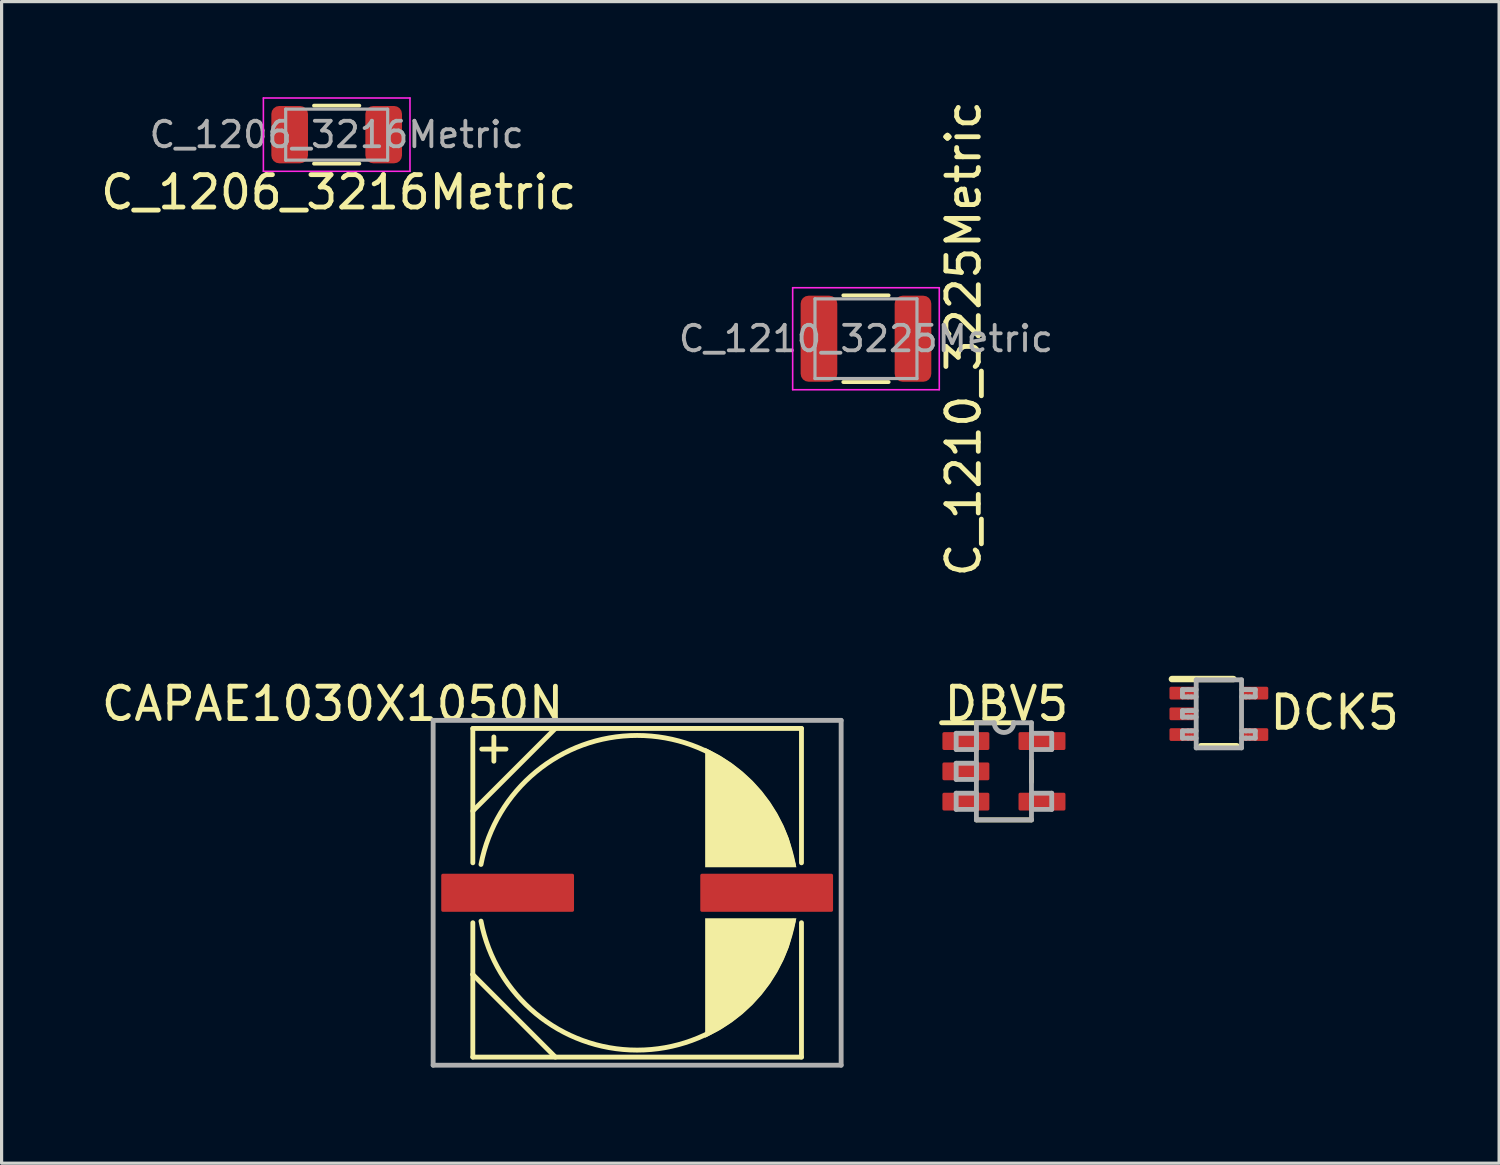
<source format=kicad_pcb>
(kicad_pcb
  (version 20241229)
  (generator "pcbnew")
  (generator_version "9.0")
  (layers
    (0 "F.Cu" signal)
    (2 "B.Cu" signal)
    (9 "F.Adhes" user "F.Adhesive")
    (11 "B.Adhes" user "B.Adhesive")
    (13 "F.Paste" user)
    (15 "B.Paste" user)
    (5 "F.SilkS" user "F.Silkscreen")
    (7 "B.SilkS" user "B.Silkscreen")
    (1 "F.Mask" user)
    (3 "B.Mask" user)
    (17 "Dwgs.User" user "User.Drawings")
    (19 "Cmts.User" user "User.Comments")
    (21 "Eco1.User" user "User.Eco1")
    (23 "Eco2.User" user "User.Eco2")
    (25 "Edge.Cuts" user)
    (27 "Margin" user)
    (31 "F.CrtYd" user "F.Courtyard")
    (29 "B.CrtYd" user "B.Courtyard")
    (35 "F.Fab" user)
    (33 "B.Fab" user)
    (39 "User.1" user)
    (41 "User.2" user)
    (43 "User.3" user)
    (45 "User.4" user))
  (footprint "DBV5"
    (layer "F.Cu")
    (at 28.451 21.153)
    (property "Reference" "DBV5" (at -1.956 -1.524 180) (layer "F.SilkS") (effects (font (size 1.016 1.016) (thickness 0.152)) (justify left bottom)))
    (attr smd)
    (fp_line (start -0.864 1.524) (end 0.864 1.524) (stroke (width 0.152) (type solid)) (layer "F.SilkS"))
    (fp_line (start 0.305 -1.524) (end -1.956 -1.524) (stroke (width 0.152) (type solid)) (layer "F.SilkS"))
    (fp_line (start 0.864 0.33) (end 0.864 -0.33) (stroke (width 0.152) (type solid)) (layer "F.SilkS"))
    (fp_line (start -1.499 -1.194) (end -1.499 -0.686) (stroke (width 0.152) (type solid)) (layer "F.Fab"))
    (fp_line (start -1.499 -0.686) (end -0.864 -0.686) (stroke (width 0.152) (type solid)) (layer "F.Fab"))
    (fp_line (start -1.499 -0.254) (end -1.499 0.254) (stroke (width 0.152) (type solid)) (layer "F.Fab"))
    (fp_line (start -1.499 0.254) (end -0.864 0.254) (stroke (width 0.152) (type solid)) (layer "F.Fab"))
    (fp_line (start -1.499 0.686) (end -1.499 1.194) (stroke (width 0.152) (type solid)) (layer "F.Fab"))
    (fp_line (start -1.499 1.194) (end -0.864 1.194) (stroke (width 0.152) (type solid)) (layer "F.Fab"))
    (fp_line (start -0.864 -1.524) (end -0.864 1.524) (stroke (width 0.152) (type solid)) (layer "F.Fab"))
    (fp_line (start -0.864 -1.194) (end -1.499 -1.194) (stroke (width 0.152) (type solid)) (layer "F.Fab"))
    (fp_line (start -0.864 -0.686) (end -0.864 -1.194) (stroke (width 0.152) (type solid)) (layer "F.Fab"))
    (fp_line (start -0.864 -0.254) (end -1.499 -0.254) (stroke (width 0.152) (type solid)) (layer "F.Fab"))
    (fp_line (start -0.864 0.254) (end -0.864 -0.254) (stroke (width 0.152) (type solid)) (layer "F.Fab"))
    (fp_line (start -0.864 0.686) (end -1.499 0.686) (stroke (width 0.152) (type solid)) (layer "F.Fab"))
    (fp_line (start -0.864 1.194) (end -0.864 0.686) (stroke (width 0.152) (type solid)) (layer "F.Fab"))
    (fp_line (start -0.864 1.524) (end 0.864 1.524) (stroke (width 0.152) (type solid)) (layer "F.Fab"))
    (fp_line (start -0.305 -1.524) (end -0.864 -1.524) (stroke (width 0.152) (type solid)) (layer "F.Fab"))
    (fp_line (start 0.305 -1.524) (end 0.864 -1.524) (stroke (width 0.152) (type solid)) (layer "F.Fab"))
    (fp_line (start 0.864 -1.194) (end 0.864 -0.686) (stroke (width 0.152) (type solid)) (layer "F.Fab"))
    (fp_line (start 0.864 -0.686) (end 1.499 -0.686) (stroke (width 0.152) (type solid)) (layer "F.Fab"))
    (fp_line (start 0.864 0.686) (end 0.864 1.194) (stroke (width 0.152) (type solid)) (layer "F.Fab"))
    (fp_line (start 0.864 1.194) (end 1.499 1.194) (stroke (width 0.152) (type solid)) (layer "F.Fab"))
    (fp_line (start 0.864 1.524) (end 0.864 -1.524) (stroke (width 0.152) (type solid)) (layer "F.Fab"))
    (fp_line (start 1.499 -1.194) (end 0.864 -1.194) (stroke (width 0.152) (type solid)) (layer "F.Fab"))
    (fp_line (start 1.499 -0.686) (end 1.499 -1.194) (stroke (width 0.152) (type solid)) (layer "F.Fab"))
    (fp_line (start 1.499 0.686) (end 0.864 0.686) (stroke (width 0.152) (type solid)) (layer "F.Fab"))
    (fp_line (start 1.499 1.194) (end 1.499 0.686) (stroke (width 0.152) (type solid)) (layer "F.Fab"))
    (fp_arc (start 0.3048 -1.524) (mid 0 -1.2192) (end -0.3048 -1.524) (stroke (width 0.1524) (type solid)) (layer "F.Fab"))
    (pad "1" smd roundrect (at -1.194 -0.95) (size 1.473 0.559) (layers "F.Cu" "F.Mask" "F.Paste") (roundrect_rratio 0.091))
    (pad "2" smd roundrect (at -1.194 0) (size 1.473 0.559) (layers "F.Cu" "F.Mask" "F.Paste") (roundrect_rratio 0.091))
    (pad "3" smd roundrect (at -1.194 0.95) (size 1.473 0.559) (layers "F.Cu" "F.Mask" "F.Paste") (roundrect_rratio 0.091))
    (pad "4" smd roundrect (at 1.194 0.95) (size 1.473 0.559) (layers "F.Cu" "F.Mask" "F.Paste") (roundrect_rratio 0.091))
    (pad "5" smd roundrect (at 1.194 -0.95) (size 1.473 0.559) (layers "F.Cu" "F.Mask" "F.Paste") (roundrect_rratio 0.091)))
  (footprint "CAPAE1030X1050N"
    (layer "F.Cu")
    (at 16.942 24.963)
    (property "Reference" "CAPAE1030X1050N" (at -2.223 -5.334 180) (layer "F.SilkS") (effects (font (size 1.016 1.016) (thickness 0.152)) (justify right bottom)))
    (attr smd)
    (fp_line (start -5.156 -5.156) (end -5.156 -0.94) (stroke (width 0.152) (type solid)) (layer "F.SilkS"))
    (fp_line (start -5.156 -2.565) (end -2.565 -5.156) (stroke (width 0.152) (type solid)) (layer "F.SilkS"))
    (fp_line (start -5.156 0.94) (end -5.156 2.565) (stroke (width 0.152) (type solid)) (layer "F.SilkS"))
    (fp_line (start -5.156 2.565) (end -5.156 5.156) (stroke (width 0.152) (type solid)) (layer "F.SilkS"))
    (fp_line (start -5.156 2.565) (end -2.565 5.156) (stroke (width 0.152) (type solid)) (layer "F.SilkS"))
    (fp_line (start -5.156 5.156) (end 5.156 5.156) (stroke (width 0.152) (type solid)) (layer "F.SilkS"))
    (fp_line (start -4.496 -4.889) (end -4.496 -4.128) (stroke (width 0.152) (type solid)) (layer "F.SilkS"))
    (fp_line (start -4.115 -4.508) (end -4.877 -4.508) (stroke (width 0.152) (type solid)) (layer "F.SilkS"))
    (fp_line (start 5.156 -5.156) (end -5.156 -5.156) (stroke (width 0.152) (type solid)) (layer "F.SilkS"))
    (fp_line (start 5.156 -0.94) (end 5.156 -5.156) (stroke (width 0.152) (type solid)) (layer "F.SilkS"))
    (fp_line (start 5.156 5.156) (end 5.156 0.94) (stroke (width 0.152) (type solid)) (layer "F.SilkS"))
    (fp_arc (start -4.9 -0.889) (mid 0 -4.936477) (end 4.9 -0.889001) (stroke (width 0.1524) (type solid)) (layer "F.SilkS"))
    (fp_arc (start 4.9 0.889) (mid 0 4.936477) (end -4.9 0.889001) (stroke (width 0.1524) (type solid)) (layer "F.SilkS"))
    (fp_poly (pts (xy 2.605 -4.302) (xy 2.966 -4.069) (xy 3.306 -3.805) (xy 3.622 -3.513) (xy 3.911 -3.194) (xy 4.171 -2.851) (xy 4.4 -2.487) (xy 4.597 -2.104) (xy 4.76 -1.705) (xy 4.997 -0.8) (xy 2.134 -0.8) (xy 2.134 -4.55)) (stroke (width 0) (type default)) (fill yes) (layer "F.SilkS"))
    (fp_poly (pts (xy 4.76 1.705) (xy 4.597 2.104) (xy 4.4 2.487) (xy 4.171 2.851) (xy 3.911 3.194) (xy 3.622 3.513) (xy 3.306 3.805) (xy 2.966 4.069) (xy 2.605 4.302) (xy 2.134 4.55) (xy 2.134 0.8) (xy 4.997 0.8)) (stroke (width 0) (type default)) (fill yes) (layer "F.SilkS"))
    (fp_line (start -6.401 -5.41) (end 6.401 -5.41) (stroke (width 0.152) (type solid)) (layer "F.Fab"))
    (fp_line (start -6.401 5.41) (end -6.401 -5.41) (stroke (width 0.152) (type solid)) (layer "F.Fab"))
    (fp_line (start 6.401 -5.41) (end 6.401 5.41) (stroke (width 0.152) (type solid)) (layer "F.Fab"))
    (fp_line (start 6.401 5.41) (end -6.401 5.41) (stroke (width 0.152) (type solid)) (layer "F.Fab"))
    (pad "+" smd roundrect (at -4.064 0) (size 4.166 1.194) (layers "F.Cu" "F.Mask" "F.Paste") (roundrect_rratio 0.043))
    (pad "-" smd roundrect (at 4.064 0) (size 4.166 1.194) (layers "F.Cu" "F.Mask" "F.Paste") (roundrect_rratio 0.043)))
  (footprint "C_1206_3216Metric"
    (layer "F.Cu")
    (at 7.514 1.175)
    (property "Reference" "C_1206_3216Metric" (at 0.064 1.808 180) (layer "F.SilkS") (effects (font (size 1.016 1.016) (thickness 0.152))))
    (attr smd)
    (fp_line (start -0.711 -0.91) (end 0.711 -0.91) (stroke (width 0.12) (type solid)) (layer "F.SilkS"))
    (fp_line (start -0.711 0.91) (end 0.711 0.91) (stroke (width 0.12) (type solid)) (layer "F.SilkS"))
    (fp_line (start -2.3 -1.15) (end 2.3 -1.15) (stroke (width 0.05) (type solid)) (layer "F.CrtYd"))
    (fp_line (start -2.3 1.15) (end -2.3 -1.15) (stroke (width 0.05) (type solid)) (layer "F.CrtYd"))
    (fp_line (start 2.3 -1.15) (end 2.3 1.15) (stroke (width 0.05) (type solid)) (layer "F.CrtYd"))
    (fp_line (start 2.3 1.15) (end -2.3 1.15) (stroke (width 0.05) (type solid)) (layer "F.CrtYd"))
    (fp_line (start -1.6 -0.8) (end 1.6 -0.8) (stroke (width 0.1) (type solid)) (layer "F.Fab"))
    (fp_line (start -1.6 0.8) (end -1.6 -0.8) (stroke (width 0.1) (type solid)) (layer "F.Fab"))
    (fp_line (start 1.6 -0.8) (end 1.6 0.8) (stroke (width 0.1) (type solid)) (layer "F.Fab"))
    (fp_line (start 1.6 0.8) (end -1.6 0.8) (stroke (width 0.1) (type solid)) (layer "F.Fab"))
    (fp_text user "${REFERENCE}" (at 0 0 180) (layer "F.Fab") (effects (font (size 0.8 0.8) (thickness 0.12))))
    (pad "1" smd roundrect (at -1.475 0) (size 1.15 1.8) (layers "F.Cu" "F.Mask" "F.Paste") (roundrect_rratio 0.217))
    (pad "2" smd roundrect (at 1.475 0) (size 1.15 1.8) (layers "F.Cu" "F.Mask" "F.Paste") (roundrect_rratio 0.217)))
  (footprint "DCK5"
    (layer "F.Cu")
    (at 35.195 19.349)
    (property "Reference" "DCK5" (at 1.524 -0.635 0) (layer "F.SilkS") (effects (font (size 1.016 1.016) (thickness 0.152)) (justify left top)))
    (attr smd)
    (fp_line (start -1.473 -1.092) (end 0.457 -1.092) (stroke (width 0.203) (type solid)) (layer "F.SilkS"))
    (fp_line (start -0.559 1.016) (end 0.559 1.016) (stroke (width 0.203) (type solid)) (layer "F.SilkS"))
    (fp_line (start -1.143 -0.762) (end -0.965 -0.762) (stroke (width 0.152) (type solid)) (layer "F.Fab"))
    (fp_line (start -1.143 -0.533) (end -1.143 -0.762) (stroke (width 0.152) (type solid)) (layer "F.Fab"))
    (fp_line (start -1.143 -0.533) (end -0.965 -0.533) (stroke (width 0.152) (type solid)) (layer "F.Fab"))
    (fp_line (start -1.143 -0.102) (end -0.965 -0.102) (stroke (width 0.152) (type solid)) (layer "F.Fab"))
    (fp_line (start -1.143 0.102) (end -1.143 -0.102) (stroke (width 0.152) (type solid)) (layer "F.Fab"))
    (fp_line (start -1.143 0.102) (end -0.965 0.102) (stroke (width 0.152) (type solid)) (layer "F.Fab"))
    (fp_line (start -1.143 0.533) (end -0.965 0.533) (stroke (width 0.152) (type solid)) (layer "F.Fab"))
    (fp_line (start -1.143 0.762) (end -1.143 0.533) (stroke (width 0.152) (type solid)) (layer "F.Fab"))
    (fp_line (start -1.143 0.762) (end -0.965 0.762) (stroke (width 0.152) (type solid)) (layer "F.Fab"))
    (fp_line (start -0.965 -0.762) (end -0.711 -0.762) (stroke (width 0.152) (type solid)) (layer "F.Fab"))
    (fp_line (start -0.965 -0.533) (end -0.864 -0.533) (stroke (width 0.152) (type solid)) (layer "F.Fab"))
    (fp_line (start -0.965 -0.102) (end -0.864 -0.102) (stroke (width 0.152) (type solid)) (layer "F.Fab"))
    (fp_line (start -0.965 0.102) (end -0.864 0.102) (stroke (width 0.152) (type solid)) (layer "F.Fab"))
    (fp_line (start -0.965 0.533) (end -0.864 0.533) (stroke (width 0.152) (type solid)) (layer "F.Fab"))
    (fp_line (start -0.965 0.762) (end -0.864 0.762) (stroke (width 0.152) (type solid)) (layer "F.Fab"))
    (fp_line (start -0.864 -0.533) (end -0.711 -0.533) (stroke (width 0.152) (type solid)) (layer "F.Fab"))
    (fp_line (start -0.864 -0.102) (end -0.711 -0.102) (stroke (width 0.152) (type solid)) (layer "F.Fab"))
    (fp_line (start -0.864 0.102) (end -0.711 0.102) (stroke (width 0.152) (type solid)) (layer "F.Fab"))
    (fp_line (start -0.864 0.533) (end -0.711 0.533) (stroke (width 0.152) (type solid)) (layer "F.Fab"))
    (fp_line (start -0.864 0.762) (end -0.711 0.762) (stroke (width 0.152) (type solid)) (layer "F.Fab"))
    (fp_line (start -0.711 -1.067) (end 0.711 -1.067) (stroke (width 0.152) (type solid)) (layer "F.Fab"))
    (fp_line (start -0.711 1.067) (end -0.711 -1.067) (stroke (width 0.152) (type solid)) (layer "F.Fab"))
    (fp_line (start -0.711 1.067) (end 0.711 1.067) (stroke (width 0.152) (type solid)) (layer "F.Fab"))
    (fp_line (start 0.711 -0.762) (end 0.838 -0.762) (stroke (width 0.152) (type solid)) (layer "F.Fab"))
    (fp_line (start 0.711 -0.533) (end 0.838 -0.533) (stroke (width 0.152) (type solid)) (layer "F.Fab"))
    (fp_line (start 0.711 0.533) (end 0.838 0.533) (stroke (width 0.152) (type solid)) (layer "F.Fab"))
    (fp_line (start 0.711 0.762) (end 0.838 0.762) (stroke (width 0.152) (type solid)) (layer "F.Fab"))
    (fp_line (start 0.711 1.067) (end 0.711 -1.067) (stroke (width 0.152) (type solid)) (layer "F.Fab"))
    (fp_line (start 0.838 -0.762) (end 0.864 -0.762) (stroke (width 0.152) (type solid)) (layer "F.Fab"))
    (fp_line (start 0.838 -0.533) (end 0.864 -0.533) (stroke (width 0.152) (type solid)) (layer "F.Fab"))
    (fp_line (start 0.838 0.533) (end 0.864 0.533) (stroke (width 0.152) (type solid)) (layer "F.Fab"))
    (fp_line (start 0.838 0.762) (end 0.864 0.762) (stroke (width 0.152) (type solid)) (layer "F.Fab"))
    (fp_line (start 0.864 -0.762) (end 0.965 -0.762) (stroke (width 0.152) (type solid)) (layer "F.Fab"))
    (fp_line (start 0.864 -0.533) (end 0.965 -0.533) (stroke (width 0.152) (type solid)) (layer "F.Fab"))
    (fp_line (start 0.864 0.533) (end 0.965 0.533) (stroke (width 0.152) (type solid)) (layer "F.Fab"))
    (fp_line (start 0.864 0.762) (end 0.965 0.762) (stroke (width 0.152) (type solid)) (layer "F.Fab"))
    (fp_line (start 0.965 -0.762) (end 1.143 -0.762) (stroke (width 0.152) (type solid)) (layer "F.Fab"))
    (fp_line (start 0.965 -0.533) (end 1.143 -0.533) (stroke (width 0.152) (type solid)) (layer "F.Fab"))
    (fp_line (start 0.965 0.533) (end 1.143 0.533) (stroke (width 0.152) (type solid)) (layer "F.Fab"))
    (fp_line (start 0.965 0.762) (end 1.143 0.762) (stroke (width 0.152) (type solid)) (layer "F.Fab"))
    (fp_line (start 1.143 -0.533) (end 1.143 -0.762) (stroke (width 0.152) (type solid)) (layer "F.Fab"))
    (fp_line (start 1.143 0.762) (end 1.143 0.533) (stroke (width 0.152) (type solid)) (layer "F.Fab"))
    (pad "1" smd roundrect (at -1.125 -0.65 90) (size 0.4 0.85) (layers "F.Cu" "F.Mask" "F.Paste") (roundrect_rratio 0.127))
    (pad "2" smd roundrect (at -1.125 0 90) (size 0.4 0.85) (layers "F.Cu" "F.Mask" "F.Paste") (roundrect_rratio 0.127))
    (pad "3" smd roundrect (at -1.125 0.65 90) (size 0.4 0.85) (layers "F.Cu" "F.Mask" "F.Paste") (roundrect_rratio 0.127))
    (pad "4" smd roundrect (at 1.125 0.65 90) (size 0.4 0.85) (layers "F.Cu" "F.Mask" "F.Paste") (roundrect_rratio 0.127))
    (pad "5" smd roundrect (at 1.125 -0.65 90) (size 0.4 0.85) (layers "F.Cu" "F.Mask" "F.Paste") (roundrect_rratio 0.127)))
  (footprint "C_1210_3225Metric"
    (layer "F.Cu")
    (at 24.122 7.578)
    (property "Reference" "C_1210_3225Metric" (at 3.062 0 90) (layer "F.SilkS") (effects (font (size 1.016 1.016) (thickness 0.152))))
    (attr smd)
    (fp_line (start -0.711 -1.36) (end 0.711 -1.36) (stroke (width 0.12) (type solid)) (layer "F.SilkS"))
    (fp_line (start -0.711 1.36) (end 0.711 1.36) (stroke (width 0.12) (type solid)) (layer "F.SilkS"))
    (fp_line (start -2.3 -1.6) (end 2.3 -1.6) (stroke (width 0.05) (type solid)) (layer "F.CrtYd"))
    (fp_line (start -2.3 1.6) (end -2.3 -1.6) (stroke (width 0.05) (type solid)) (layer "F.CrtYd"))
    (fp_line (start 2.3 -1.6) (end 2.3 1.6) (stroke (width 0.05) (type solid)) (layer "F.CrtYd"))
    (fp_line (start 2.3 1.6) (end -2.3 1.6) (stroke (width 0.05) (type solid)) (layer "F.CrtYd"))
    (fp_line (start -1.6 -1.25) (end 1.6 -1.25) (stroke (width 0.1) (type solid)) (layer "F.Fab"))
    (fp_line (start -1.6 1.25) (end -1.6 -1.25) (stroke (width 0.1) (type solid)) (layer "F.Fab"))
    (fp_line (start 1.6 -1.25) (end 1.6 1.25) (stroke (width 0.1) (type solid)) (layer "F.Fab"))
    (fp_line (start 1.6 1.25) (end -1.6 1.25) (stroke (width 0.1) (type solid)) (layer "F.Fab"))
    (fp_text user "${REFERENCE}" (at 0 0 0) (layer "F.Fab") (effects (font (size 0.8 0.8) (thickness 0.12))))
    (pad "1" smd roundrect (at -1.475 0) (size 1.15 2.7) (layers "F.Cu" "F.Mask" "F.Paste") (roundrect_rratio 0.217))
    (pad "2" smd roundrect (at 1.475 0) (size 1.15 2.7) (layers "F.Cu" "F.Mask" "F.Paste") (roundrect_rratio 0.217)))
  (gr_rect
    (start -3 -3)
    (end 43.988 33.449)
    (stroke (width 0.1) (type default))
    (fill no)
    (layer "Edge.Cuts")))
</source>
